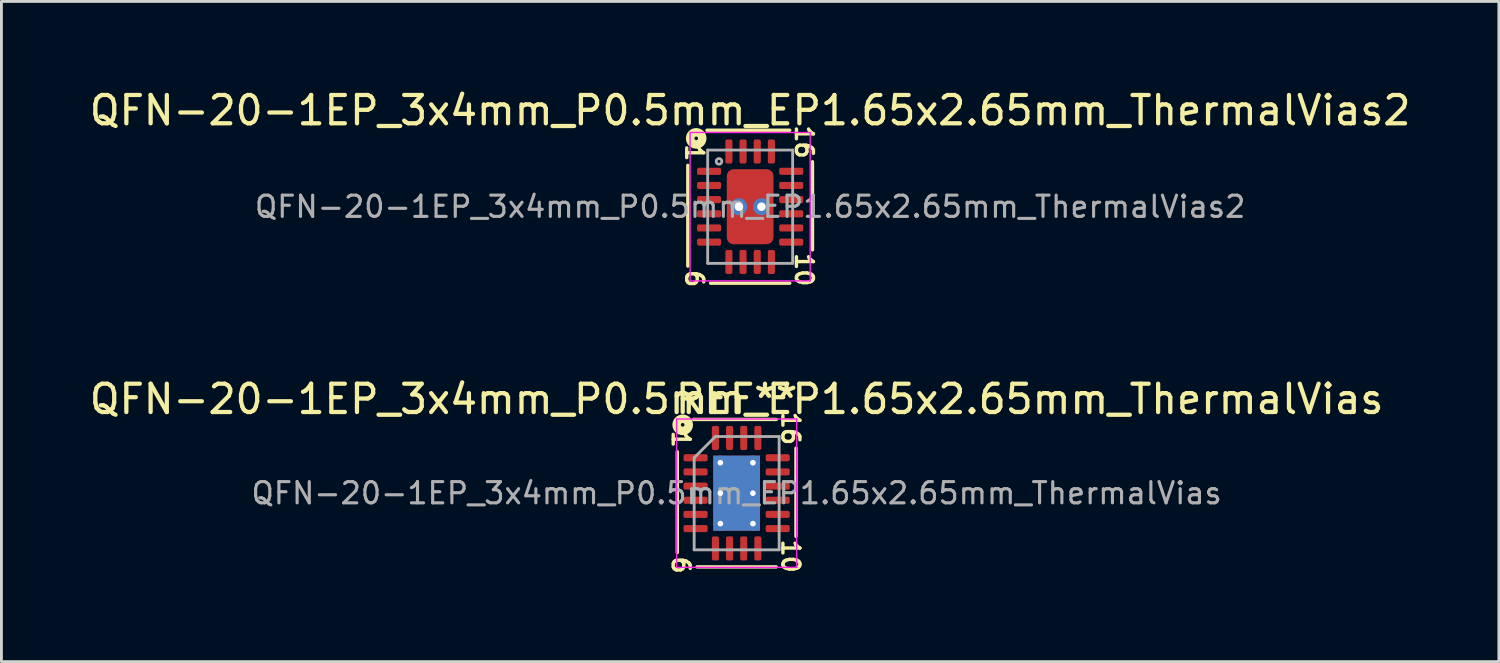
<source format=kicad_pcb>
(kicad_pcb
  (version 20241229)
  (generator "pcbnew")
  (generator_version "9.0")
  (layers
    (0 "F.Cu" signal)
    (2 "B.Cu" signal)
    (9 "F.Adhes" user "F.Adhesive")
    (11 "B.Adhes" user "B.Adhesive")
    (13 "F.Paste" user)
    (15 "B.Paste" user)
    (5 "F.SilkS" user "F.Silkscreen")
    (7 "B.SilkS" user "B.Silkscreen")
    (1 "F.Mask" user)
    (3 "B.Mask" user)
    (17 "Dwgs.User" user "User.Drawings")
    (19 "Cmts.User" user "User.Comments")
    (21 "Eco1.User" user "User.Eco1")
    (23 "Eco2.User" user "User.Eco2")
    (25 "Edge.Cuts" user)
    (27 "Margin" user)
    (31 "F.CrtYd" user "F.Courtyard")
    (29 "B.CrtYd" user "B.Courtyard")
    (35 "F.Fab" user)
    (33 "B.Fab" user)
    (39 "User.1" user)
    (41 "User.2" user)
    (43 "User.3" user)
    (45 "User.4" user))
  (footprint "QFN-20-1EP_3x4mm_P0.5mm_EP1.65x2.65mm_ThermalVias"
    (layer "F.Cu")
    (at 22.958 14.362)
    (property "Reference" "QFN-20-1EP_3x4mm_P0.5mm_EP1.65x2.65mm_ThermalVias" (at 0 -3.32 0) (layer "F.SilkS") (effects (font (size 1 1) (thickness 0.15))))
    (attr smd)
    (fp_line (start -2.095 -1.46) (end -2.095 2.095) (stroke (width 0.12) (type solid)) (layer "F.SilkS"))
    (fp_line (start -1.397 2.603) (end 1.397 2.603) (stroke (width 0.12) (type solid)) (layer "F.SilkS"))
    (fp_line (start 1.397 -2.603) (end -1.524 -2.603) (stroke (width 0.12) (type solid)) (layer "F.SilkS"))
    (fp_line (start 2.095 1.524) (end 2.095 -1.587) (stroke (width 0.12) (type solid)) (layer "F.SilkS"))
    (fp_circle (center -1.905 -2.413) (end -1.841 -2.413) (stroke (width 0.3) (type solid)) (fill no) (layer "F.SilkS"))
    (fp_line (start -2.12 -2.62) (end -2.12 2.62) (stroke (width 0.05) (type solid)) (layer "F.CrtYd"))
    (fp_line (start -2.12 2.62) (end 2.12 2.62) (stroke (width 0.05) (type solid)) (layer "F.CrtYd"))
    (fp_line (start 2.12 -2.62) (end -2.12 -2.62) (stroke (width 0.05) (type solid)) (layer "F.CrtYd"))
    (fp_line (start 2.12 2.62) (end 2.12 -2.62) (stroke (width 0.05) (type solid)) (layer "F.CrtYd"))
    (fp_line (start -1.5 -1.25) (end -0.75 -2) (stroke (width 0.1) (type solid)) (layer "F.Fab"))
    (fp_line (start -1.5 2) (end -1.5 -1.25) (stroke (width 0.1) (type solid)) (layer "F.Fab"))
    (fp_line (start -0.75 -2) (end 1.5 -2) (stroke (width 0.1) (type solid)) (layer "F.Fab"))
    (fp_line (start 1.5 -2) (end 1.5 2) (stroke (width 0.1) (type solid)) (layer "F.Fab"))
    (fp_line (start 1.5 2) (end -1.5 2) (stroke (width 0.1) (type solid)) (layer "F.Fab"))
    (fp_text user "10" (at 1.905 2.223 270) (unlocked yes) (layer "F.SilkS") (effects (font (size 0.6 0.6) (thickness 0.12))))
    (fp_text user "REF**" (at 0 -3.32 0) (layer "F.SilkS") (effects (font (size 1 1) (thickness 0.15))))
    (fp_text user "6" (at -1.968 2.54 270) (unlocked yes) (layer "F.SilkS") (effects (font (size 0.6 0.6) (thickness 0.12))))
    (fp_text user "1" (at -1.968 -1.905 270) (unlocked yes) (layer "F.SilkS") (effects (font (size 0.6 0.6) (thickness 0.12))))
    (fp_text user "16" (at 1.905 -2.286 270) (unlocked yes) (layer "F.SilkS") (effects (font (size 0.6 0.6) (thickness 0.12))))
    (fp_text user "${REFERENCE}" (at 0 0 0) (layer "F.Fab") (effects (font (size 0.75 0.75) (thickness 0.11))))
    (pad "" smd roundrect (at -0.41 -0.66) (size 0.71 1.15) (layers "F.Paste") (roundrect_rratio 0.25))
    (pad "" smd roundrect (at -0.41 0.66) (size 0.71 1.15) (layers "F.Paste") (roundrect_rratio 0.25))
    (pad "" smd roundrect (at 0.41 -0.66) (size 0.71 1.15) (layers "F.Paste") (roundrect_rratio 0.25))
    (pad "" smd roundrect (at 0.41 0.66) (size 0.71 1.15) (layers "F.Paste") (roundrect_rratio 0.25))
    (pad "1" smd roundrect (at -1.45 -1.25) (size 0.85 0.25) (layers "F.Cu" "F.Mask" "F.Paste") (roundrect_rratio 0.25))
    (pad "2" smd roundrect (at -1.45 -0.75) (size 0.85 0.25) (layers "F.Cu" "F.Mask" "F.Paste") (roundrect_rratio 0.25))
    (pad "3" smd roundrect (at -1.45 -0.25) (size 0.85 0.25) (layers "F.Cu" "F.Mask" "F.Paste") (roundrect_rratio 0.25))
    (pad "4" smd roundrect (at -1.45 0.25) (size 0.85 0.25) (layers "F.Cu" "F.Mask" "F.Paste") (roundrect_rratio 0.25))
    (pad "5" smd roundrect (at -1.45 0.75) (size 0.85 0.25) (layers "F.Cu" "F.Mask" "F.Paste") (roundrect_rratio 0.25))
    (pad "6" smd roundrect (at -1.45 1.25) (size 0.85 0.25) (layers "F.Cu" "F.Mask" "F.Paste") (roundrect_rratio 0.25))
    (pad "7" smd roundrect (at -0.75 1.95) (size 0.25 0.85) (layers "F.Cu" "F.Mask" "F.Paste") (roundrect_rratio 0.25))
    (pad "8" smd roundrect (at -0.25 1.95) (size 0.25 0.85) (layers "F.Cu" "F.Mask" "F.Paste") (roundrect_rratio 0.25))
    (pad "9" smd roundrect (at 0.25 1.95) (size 0.25 0.85) (layers "F.Cu" "F.Mask" "F.Paste") (roundrect_rratio 0.25))
    (pad "10" smd roundrect (at 0.75 1.95) (size 0.25 0.85) (layers "F.Cu" "F.Mask" "F.Paste") (roundrect_rratio 0.25))
    (pad "11" smd roundrect (at 1.45 1.25) (size 0.85 0.25) (layers "F.Cu" "F.Mask" "F.Paste") (roundrect_rratio 0.25))
    (pad "12" smd roundrect (at 1.45 0.75) (size 0.85 0.25) (layers "F.Cu" "F.Mask" "F.Paste") (roundrect_rratio 0.25))
    (pad "13" smd roundrect (at 1.45 0.25) (size 0.85 0.25) (layers "F.Cu" "F.Mask" "F.Paste") (roundrect_rratio 0.25))
    (pad "14" smd roundrect (at 1.45 -0.25) (size 0.85 0.25) (layers "F.Cu" "F.Mask" "F.Paste") (roundrect_rratio 0.25))
    (pad "15" smd roundrect (at 1.45 -0.75) (size 0.85 0.25) (layers "F.Cu" "F.Mask" "F.Paste") (roundrect_rratio 0.25))
    (pad "16" smd roundrect (at 1.45 -1.25) (size 0.85 0.25) (layers "F.Cu" "F.Mask" "F.Paste") (roundrect_rratio 0.25))
    (pad "17" smd roundrect (at 0.75 -1.95) (size 0.25 0.85) (layers "F.Cu" "F.Mask" "F.Paste") (roundrect_rratio 0.25))
    (pad "18" smd roundrect (at 0.25 -1.95) (size 0.25 0.85) (layers "F.Cu" "F.Mask" "F.Paste") (roundrect_rratio 0.25))
    (pad "19" smd roundrect (at -0.25 -1.95) (size 0.25 0.85) (layers "F.Cu" "F.Mask" "F.Paste") (roundrect_rratio 0.25))
    (pad "20" smd roundrect (at -0.75 -1.95) (size 0.25 0.85) (layers "F.Cu" "F.Mask" "F.Paste") (roundrect_rratio 0.25))
    (pad "21" thru_hole circle (at -0.575 -1.075) (size 0.5 0.5) (drill 0.2) (layers "*.Cu"))
    (pad "21" thru_hole circle (at -0.575 0) (size 0.5 0.5) (drill 0.2) (layers "*.Cu"))
    (pad "21" thru_hole circle (at -0.575 1.075) (size 0.5 0.5) (drill 0.2) (layers "*.Cu"))
    (pad "21" smd rect (at 0 0) (size 1.65 2.65) (layers "F.Cu" "F.Mask"))
    (pad "21" smd rect (at 0 0) (size 1.65 2.65) (layers "B.Cu" "B.Mask"))
    (pad "21" thru_hole circle (at 0.575 -1.075) (size 0.5 0.5) (drill 0.2) (layers "*.Cu"))
    (pad "21" thru_hole circle (at 0.575 0) (size 0.5 0.5) (drill 0.2) (layers "*.Cu"))
    (pad "21" thru_hole circle (at 0.575 1.075) (size 0.5 0.5) (drill 0.2) (layers "*.Cu")))
  (footprint "QFN-20-1EP_3x4mm_P0.5mm_EP1.65x2.65mm_ThermalVias2"
    (layer "F.Cu")
    (at 23.435 4.248)
    (property "Reference" "QFN-20-1EP_3x4mm_P0.5mm_EP1.65x2.65mm_ThermalVias2" (at 0 -3.4 0) (layer "F.SilkS") (effects (font (size 1 1) (thickness 0.15))))
    (attr smd)
    (fp_line (start -2.2 -1.46) (end -2.2 2.095) (stroke (width 0.12) (type solid)) (layer "F.SilkS"))
    (fp_line (start -1.397 2.7) (end 1.397 2.7) (stroke (width 0.12) (type solid)) (layer "F.SilkS"))
    (fp_line (start 1.397 -2.7) (end -1.524 -2.7) (stroke (width 0.12) (type solid)) (layer "F.SilkS"))
    (fp_line (start 2.2 1.524) (end 2.2 -1.587) (stroke (width 0.12) (type solid)) (layer "F.SilkS"))
    (fp_circle (center -1.905 -2.413) (end -1.841 -2.413) (stroke (width 0.3) (type solid)) (fill no) (layer "F.SilkS"))
    (fp_line (start -2.12 -2.62) (end -2.12 2.62) (stroke (width 0.05) (type solid)) (layer "F.CrtYd"))
    (fp_line (start -2.12 2.62) (end 2.12 2.62) (stroke (width 0.05) (type solid)) (layer "F.CrtYd"))
    (fp_line (start 2.12 -2.62) (end -2.12 -2.62) (stroke (width 0.05) (type solid)) (layer "F.CrtYd"))
    (fp_line (start 2.12 2.62) (end 2.12 -2.62) (stroke (width 0.05) (type solid)) (layer "F.CrtYd"))
    (fp_line (start -1.5 -2) (end 1.5 -2) (stroke (width 0.1) (type solid)) (layer "F.Fab"))
    (fp_line (start -1.5 2) (end -1.5 -2) (stroke (width 0.1) (type solid)) (layer "F.Fab"))
    (fp_line (start 1.5 -2) (end 1.5 2) (stroke (width 0.1) (type solid)) (layer "F.Fab"))
    (fp_line (start 1.5 2) (end -1.5 2) (stroke (width 0.1) (type solid)) (layer "F.Fab"))
    (fp_circle (center -1.1 -1.6) (end -1 -1.6) (stroke (width 0.1) (type solid)) (fill no) (layer "F.Fab"))
    (fp_text user "1" (at -1.968 -1.905 270) (unlocked yes) (layer "F.SilkS") (effects (font (size 0.6 0.6) (thickness 0.12))))
    (fp_text user "6" (at -1.968 2.54 270) (unlocked yes) (layer "F.SilkS") (effects (font (size 0.6 0.6) (thickness 0.12))))
    (fp_text user "16" (at 1.905 -2.286 270) (unlocked yes) (layer "F.SilkS") (effects (font (size 0.6 0.6) (thickness 0.12))))
    (fp_text user "10" (at 1.905 2.223 270) (unlocked yes) (layer "F.SilkS") (effects (font (size 0.6 0.6) (thickness 0.12))))
    (fp_text user "${REFERENCE}" (at 0 0 0) (layer "F.Fab") (effects (font (size 0.75 0.75) (thickness 0.11))))
    (pad "" smd roundrect (at -0.35 -0.775) (size 0.5 0.75) (layers "F.Paste") (roundrect_rratio 0.25))
    (pad "" smd roundrect (at -0.35 0.775) (size 0.5 0.75) (layers "F.Paste") (roundrect_rratio 0.25))
    (pad "" smd roundrect (at 0 -0.762) (size 1.45 0.925) (layers "F.Mask") (roundrect_rratio 0.25))
    (pad "" smd roundrect (at 0 0.762) (size 1.45 0.925) (layers "F.Mask") (roundrect_rratio 0.25))
    (pad "" smd roundrect (at 0.35 -0.775) (size 0.5 0.75) (layers "F.Paste") (roundrect_rratio 0.25))
    (pad "" smd roundrect (at 0.35 0.775) (size 0.5 0.75) (layers "F.Paste") (roundrect_rratio 0.25))
    (pad "1" smd roundrect (at -1.45 -1.25) (size 0.85 0.25) (layers "F.Cu" "F.Mask" "F.Paste") (roundrect_rratio 0.25))
    (pad "2" smd roundrect (at -1.45 -0.75) (size 0.85 0.25) (layers "F.Cu" "F.Mask" "F.Paste") (roundrect_rratio 0.25))
    (pad "3" smd roundrect (at -1.45 -0.25) (size 0.85 0.25) (layers "F.Cu" "F.Mask" "F.Paste") (roundrect_rratio 0.25))
    (pad "4" smd roundrect (at -1.45 0.25) (size 0.85 0.25) (layers "F.Cu" "F.Mask" "F.Paste") (roundrect_rratio 0.25))
    (pad "5" smd roundrect (at -1.45 0.75) (size 0.85 0.25) (layers "F.Cu" "F.Mask" "F.Paste") (roundrect_rratio 0.25))
    (pad "6" smd roundrect (at -1.45 1.25) (size 0.85 0.25) (layers "F.Cu" "F.Mask" "F.Paste") (roundrect_rratio 0.25))
    (pad "7" smd roundrect (at -0.75 1.95) (size 0.25 0.85) (layers "F.Cu" "F.Mask" "F.Paste") (roundrect_rratio 0.25))
    (pad "8" smd roundrect (at -0.25 1.95) (size 0.25 0.85) (layers "F.Cu" "F.Mask" "F.Paste") (roundrect_rratio 0.25))
    (pad "9" smd roundrect (at 0.25 1.95) (size 0.25 0.85) (layers "F.Cu" "F.Mask" "F.Paste") (roundrect_rratio 0.25))
    (pad "10" smd roundrect (at 0.75 1.95) (size 0.25 0.85) (layers "F.Cu" "F.Mask" "F.Paste") (roundrect_rratio 0.25))
    (pad "11" smd roundrect (at 1.45 1.25) (size 0.85 0.25) (layers "F.Cu" "F.Mask" "F.Paste") (roundrect_rratio 0.25))
    (pad "12" smd roundrect (at 1.45 0.75) (size 0.85 0.25) (layers "F.Cu" "F.Mask" "F.Paste") (roundrect_rratio 0.25))
    (pad "13" smd roundrect (at 1.45 0.25) (size 0.85 0.25) (layers "F.Cu" "F.Mask" "F.Paste") (roundrect_rratio 0.25))
    (pad "14" smd roundrect (at 1.45 -0.25) (size 0.85 0.25) (layers "F.Cu" "F.Mask" "F.Paste") (roundrect_rratio 0.25))
    (pad "15" smd roundrect (at 1.45 -0.75) (size 0.85 0.25) (layers "F.Cu" "F.Mask" "F.Paste") (roundrect_rratio 0.25))
    (pad "16" smd roundrect (at 1.45 -1.25) (size 0.85 0.25) (layers "F.Cu" "F.Mask" "F.Paste") (roundrect_rratio 0.25))
    (pad "17" smd roundrect (at 0.75 -1.95) (size 0.25 0.85) (layers "F.Cu" "F.Mask" "F.Paste") (roundrect_rratio 0.25))
    (pad "18" smd roundrect (at 0.25 -1.95) (size 0.25 0.85) (layers "F.Cu" "F.Mask" "F.Paste") (roundrect_rratio 0.25))
    (pad "19" smd roundrect (at -0.25 -1.95) (size 0.25 0.85) (layers "F.Cu" "F.Mask" "F.Paste") (roundrect_rratio 0.25))
    (pad "20" smd roundrect (at -0.75 -1.95) (size 0.25 0.85) (layers "F.Cu" "F.Mask" "F.Paste") (roundrect_rratio 0.25))
    (pad "21" thru_hole circle (at -0.4 0) (size 0.6 0.6) (drill 0.3) (property pad_prop_heatsink) (layers "*.Cu" "*.Mask"))
    (pad "21" smd roundrect (at 0 0) (size 1.65 2.65) (layers "F.Cu") (roundrect_rratio 0.147))
    (pad "21" thru_hole circle (at 0.4 0) (size 0.6 0.6) (drill 0.3) (property pad_prop_heatsink) (layers "*.Cu" "*.Mask")))
  (gr_rect
    (start -3 -3)
    (end 49.869 20.308)
    (stroke (width 0.1) (type default))
    (fill no)
    (layer "Edge.Cuts")))
</source>
